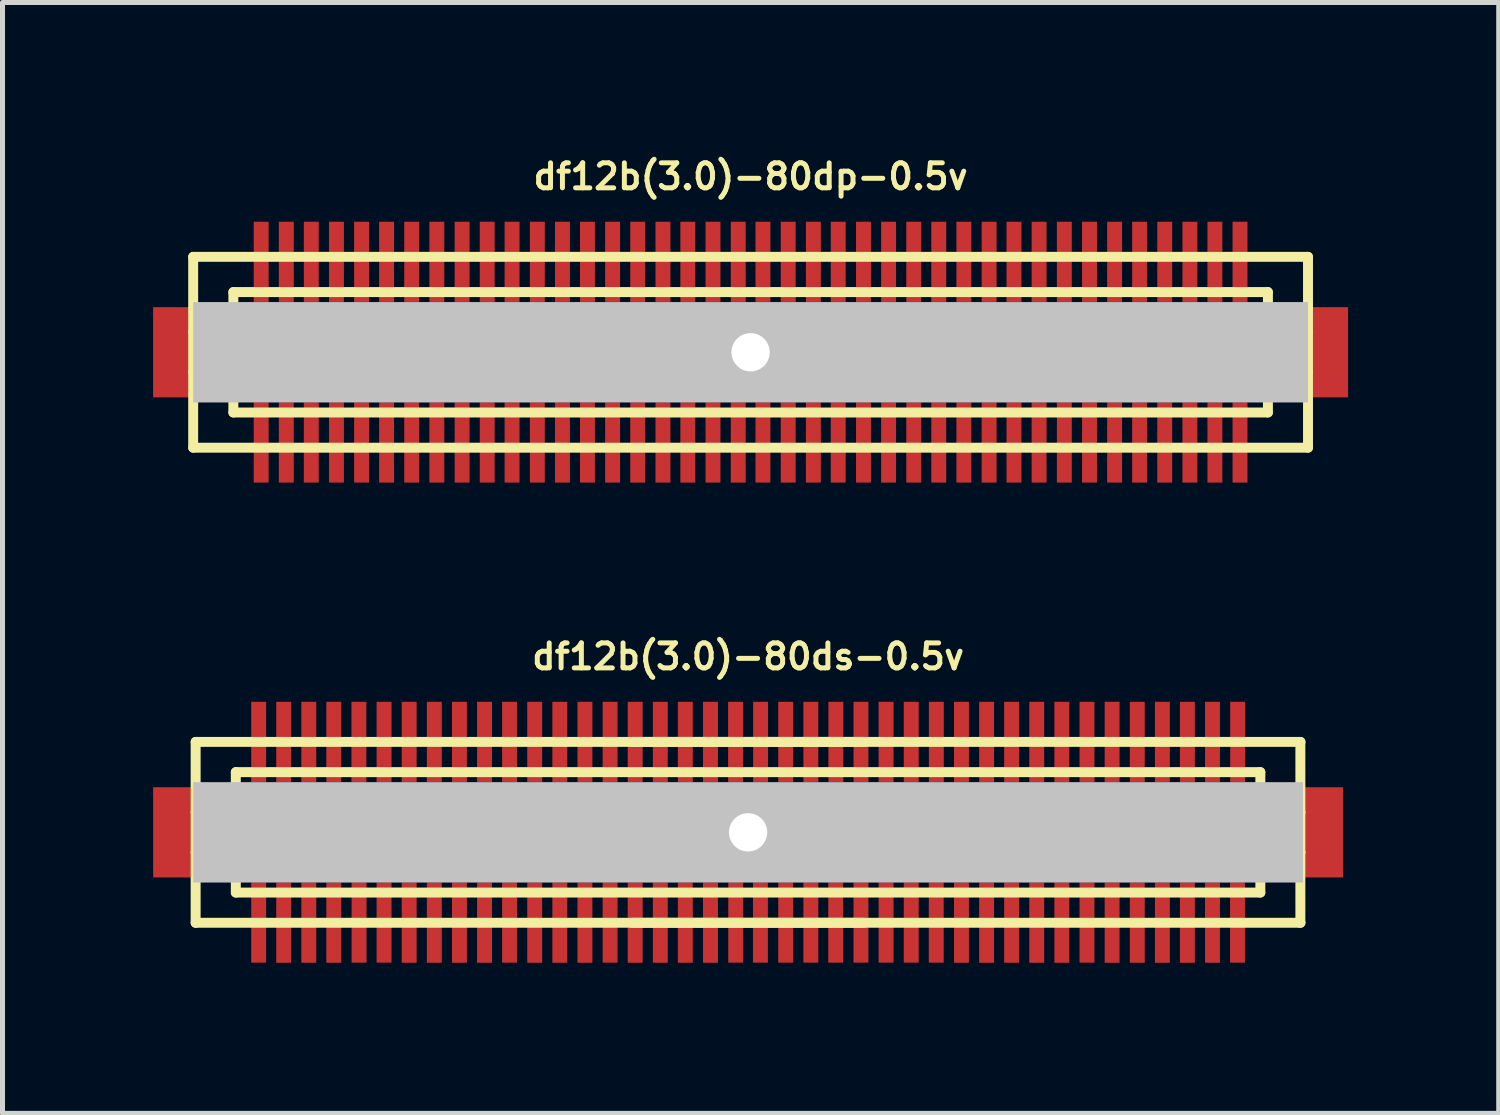
<source format=kicad_pcb>
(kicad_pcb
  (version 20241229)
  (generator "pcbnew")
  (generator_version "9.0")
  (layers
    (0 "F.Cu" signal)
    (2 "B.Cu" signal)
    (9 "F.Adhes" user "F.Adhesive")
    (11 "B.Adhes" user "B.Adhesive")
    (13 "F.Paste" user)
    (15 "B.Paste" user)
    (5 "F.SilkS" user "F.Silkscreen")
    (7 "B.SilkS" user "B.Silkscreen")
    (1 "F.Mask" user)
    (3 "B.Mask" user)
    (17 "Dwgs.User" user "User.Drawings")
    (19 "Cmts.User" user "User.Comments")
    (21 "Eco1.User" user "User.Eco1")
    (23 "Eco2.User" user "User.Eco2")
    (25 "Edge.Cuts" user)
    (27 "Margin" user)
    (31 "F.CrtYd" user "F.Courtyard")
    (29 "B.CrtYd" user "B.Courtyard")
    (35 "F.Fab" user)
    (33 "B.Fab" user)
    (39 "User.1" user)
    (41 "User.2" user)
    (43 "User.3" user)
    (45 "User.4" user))
  (footprint "df12b(3.0)-80dp-0.5v"
    (layer "F.Cu")
    (at 11.897 3.965)
    (property "Reference" "df12b(3.0)-80dp-0.5v" (at 0 -3.5 0) (layer "F.SilkS") (effects (font (size 0.498 0.498) (thickness 0.099))))
    (attr through_hole)
    (fp_line (start -11.1 -1.9) (end -11.1 1.9) (stroke (width 0.198) (type solid)) (layer "F.SilkS"))
    (fp_line (start -11.1 -1.9) (end 11.1 -1.9) (stroke (width 0.198) (type solid)) (layer "F.SilkS"))
    (fp_line (start -10.3 -0.399) (end -11.1 -0.399) (stroke (width 0.198) (type solid)) (layer "F.SilkS"))
    (fp_line (start -10.3 0.399) (end -11.1 0.399) (stroke (width 0.198) (type solid)) (layer "F.SilkS"))
    (fp_line (start -10.3 1.199) (end -10.3 -1.199) (stroke (width 0.198) (type solid)) (layer "F.SilkS"))
    (fp_line (start -10.3 1.199) (end 10.3 1.199) (stroke (width 0.198) (type solid)) (layer "F.SilkS"))
    (fp_line (start 10.3 -1.199) (end -10.3 -1.199) (stroke (width 0.198) (type solid)) (layer "F.SilkS"))
    (fp_line (start 10.302 -1.199) (end 10.302 1.199) (stroke (width 0.198) (type solid)) (layer "F.SilkS"))
    (fp_line (start 10.302 -0.399) (end 11.102 -0.399) (stroke (width 0.198) (type solid)) (layer "F.SilkS"))
    (fp_line (start 11.1 1.9) (end -11.1 1.9) (stroke (width 0.198) (type solid)) (layer "F.SilkS"))
    (fp_line (start 11.1 1.9) (end 11.1 -1.9) (stroke (width 0.198) (type solid)) (layer "F.SilkS"))
    (fp_line (start 11.102 0.399) (end 10.302 0.399) (stroke (width 0.198) (type solid)) (layer "F.SilkS"))
    (pad "" smd rect (at -11.499 0) (size 0.798 1.796) (layers "F.Cu" "F.Mask" "F.Paste"))
    (pad "" np_thru_hole rect (at 0 0) (size 22.2 1.999) (drill 0.762) (layers "Dwgs.User"))
    (pad "" smd rect (at 11.499 0) (size 0.798 1.796) (layers "F.Cu" "F.Mask" "F.Paste"))
    (pad "1" smd rect (at 9.746 1.796) (size 0.297 1.598) (layers "F.Cu" "F.Mask" "F.Paste"))
    (pad "2" smd rect (at 9.246 1.796) (size 0.297 1.598) (layers "F.Cu" "F.Mask" "F.Paste"))
    (pad "3" smd rect (at 8.748 1.796) (size 0.297 1.598) (layers "F.Cu" "F.Mask" "F.Paste"))
    (pad "4" smd rect (at 8.247 1.796) (size 0.297 1.598) (layers "F.Cu" "F.Mask" "F.Paste"))
    (pad "5" smd rect (at 7.747 1.796) (size 0.297 1.598) (layers "F.Cu" "F.Mask" "F.Paste"))
    (pad "6" smd rect (at 7.249 1.796) (size 0.297 1.598) (layers "F.Cu" "F.Mask" "F.Paste"))
    (pad "7" smd rect (at 6.749 1.796) (size 0.297 1.598) (layers "F.Cu" "F.Mask" "F.Paste"))
    (pad "8" smd rect (at 6.248 1.796) (size 0.297 1.598) (layers "F.Cu" "F.Mask" "F.Paste"))
    (pad "9" smd rect (at 5.745 1.796) (size 0.297 1.598) (layers "F.Cu" "F.Mask" "F.Paste"))
    (pad "10" smd rect (at 5.245 1.796) (size 0.297 1.598) (layers "F.Cu" "F.Mask" "F.Paste"))
    (pad "11" smd rect (at 4.75 1.796) (size 0.297 1.598) (layers "F.Cu" "F.Mask" "F.Paste"))
    (pad "12" smd rect (at 4.247 1.796) (size 0.297 1.598) (layers "F.Cu" "F.Mask" "F.Paste"))
    (pad "13" smd rect (at 3.747 1.796) (size 0.297 1.598) (layers "F.Cu" "F.Mask" "F.Paste"))
    (pad "14" smd rect (at 3.249 1.796) (size 0.297 1.598) (layers "F.Cu" "F.Mask" "F.Paste"))
    (pad "15" smd rect (at 2.748 1.796) (size 0.297 1.598) (layers "F.Cu" "F.Mask" "F.Paste"))
    (pad "16" smd rect (at 2.248 1.796) (size 0.297 1.598) (layers "F.Cu" "F.Mask" "F.Paste"))
    (pad "17" smd rect (at 1.745 1.796) (size 0.297 1.598) (layers "F.Cu" "F.Mask" "F.Paste"))
    (pad "18" smd rect (at 1.25 1.796) (size 0.297 1.598) (layers "F.Cu" "F.Mask" "F.Paste"))
    (pad "19" smd rect (at 0.749 1.796) (size 0.297 1.598) (layers "F.Cu" "F.Mask" "F.Paste"))
    (pad "20" smd rect (at 0.246 1.796) (size 0.297 1.598) (layers "F.Cu" "F.Mask" "F.Paste"))
    (pad "21" smd rect (at -0.246 1.796) (size 0.297 1.598) (layers "F.Cu" "F.Mask" "F.Paste"))
    (pad "22" smd rect (at -0.749 1.796) (size 0.297 1.598) (layers "F.Cu" "F.Mask" "F.Paste"))
    (pad "23" smd rect (at -1.25 1.796) (size 0.297 1.598) (layers "F.Cu" "F.Mask" "F.Paste"))
    (pad "24" smd rect (at -1.745 1.796) (size 0.297 1.598) (layers "F.Cu" "F.Mask" "F.Paste"))
    (pad "25" smd rect (at -2.248 1.796) (size 0.297 1.598) (layers "F.Cu" "F.Mask" "F.Paste"))
    (pad "26" smd rect (at -2.748 1.796) (size 0.297 1.598) (layers "F.Cu" "F.Mask" "F.Paste"))
    (pad "27" smd rect (at -3.249 1.796) (size 0.297 1.598) (layers "F.Cu" "F.Mask" "F.Paste"))
    (pad "28" smd rect (at -3.747 1.796) (size 0.297 1.598) (layers "F.Cu" "F.Mask" "F.Paste"))
    (pad "29" smd rect (at -4.247 1.796) (size 0.297 1.598) (layers "F.Cu" "F.Mask" "F.Paste"))
    (pad "30" smd rect (at -4.75 1.796) (size 0.297 1.598) (layers "F.Cu" "F.Mask" "F.Paste"))
    (pad "31" smd rect (at -5.245 1.796) (size 0.297 1.598) (layers "F.Cu" "F.Mask" "F.Paste"))
    (pad "32" smd rect (at -5.745 1.796) (size 0.297 1.598) (layers "F.Cu" "F.Mask" "F.Paste"))
    (pad "33" smd rect (at -6.248 1.796) (size 0.297 1.598) (layers "F.Cu" "F.Mask" "F.Paste"))
    (pad "34" smd rect (at -6.749 1.796) (size 0.297 1.598) (layers "F.Cu" "F.Mask" "F.Paste"))
    (pad "35" smd rect (at -7.249 1.796) (size 0.297 1.598) (layers "F.Cu" "F.Mask" "F.Paste"))
    (pad "36" smd rect (at -7.747 1.796) (size 0.297 1.598) (layers "F.Cu" "F.Mask" "F.Paste"))
    (pad "37" smd rect (at -8.247 1.796) (size 0.297 1.598) (layers "F.Cu" "F.Mask" "F.Paste"))
    (pad "38" smd rect (at -8.748 1.796) (size 0.297 1.598) (layers "F.Cu" "F.Mask" "F.Paste"))
    (pad "39" smd rect (at -9.246 1.796) (size 0.297 1.598) (layers "F.Cu" "F.Mask" "F.Paste"))
    (pad "40" smd rect (at -9.746 1.796) (size 0.297 1.598) (layers "F.Cu" "F.Mask" "F.Paste"))
    (pad "41" smd rect (at -9.746 -1.801) (size 0.297 1.598) (layers "F.Cu" "F.Mask" "F.Paste"))
    (pad "42" smd rect (at -9.246 -1.801) (size 0.297 1.598) (layers "F.Cu" "F.Mask" "F.Paste"))
    (pad "43" smd rect (at -8.748 -1.801) (size 0.297 1.598) (layers "F.Cu" "F.Mask" "F.Paste"))
    (pad "44" smd rect (at -8.247 -1.801) (size 0.297 1.598) (layers "F.Cu" "F.Mask" "F.Paste"))
    (pad "45" smd rect (at -7.747 -1.801) (size 0.297 1.598) (layers "F.Cu" "F.Mask" "F.Paste"))
    (pad "46" smd rect (at -7.249 -1.801) (size 0.297 1.598) (layers "F.Cu" "F.Mask" "F.Paste"))
    (pad "47" smd rect (at -6.749 -1.801) (size 0.297 1.598) (layers "F.Cu" "F.Mask" "F.Paste"))
    (pad "48" smd rect (at -6.248 -1.801) (size 0.297 1.598) (layers "F.Cu" "F.Mask" "F.Paste"))
    (pad "49" smd rect (at -5.745 -1.801) (size 0.297 1.598) (layers "F.Cu" "F.Mask" "F.Paste"))
    (pad "50" smd rect (at -5.245 -1.801) (size 0.297 1.598) (layers "F.Cu" "F.Mask" "F.Paste"))
    (pad "51" smd rect (at -4.75 -1.801) (size 0.297 1.598) (layers "F.Cu" "F.Mask" "F.Paste"))
    (pad "52" smd rect (at -4.247 -1.801) (size 0.297 1.598) (layers "F.Cu" "F.Mask" "F.Paste"))
    (pad "53" smd rect (at -3.747 -1.801) (size 0.297 1.598) (layers "F.Cu" "F.Mask" "F.Paste"))
    (pad "54" smd rect (at -3.249 -1.801) (size 0.297 1.598) (layers "F.Cu" "F.Mask" "F.Paste"))
    (pad "55" smd rect (at -2.748 -1.801) (size 0.297 1.598) (layers "F.Cu" "F.Mask" "F.Paste"))
    (pad "56" smd rect (at -2.248 -1.801) (size 0.297 1.598) (layers "F.Cu" "F.Mask" "F.Paste"))
    (pad "57" smd rect (at -1.745 -1.801) (size 0.297 1.598) (layers "F.Cu" "F.Mask" "F.Paste"))
    (pad "58" smd rect (at -1.25 -1.801) (size 0.297 1.598) (layers "F.Cu" "F.Mask" "F.Paste"))
    (pad "59" smd rect (at -0.749 -1.801) (size 0.297 1.598) (layers "F.Cu" "F.Mask" "F.Paste"))
    (pad "60" smd rect (at -0.246 -1.801) (size 0.297 1.598) (layers "F.Cu" "F.Mask" "F.Paste"))
    (pad "61" smd rect (at 0.246 -1.801) (size 0.297 1.598) (layers "F.Cu" "F.Mask" "F.Paste"))
    (pad "62" smd rect (at 0.749 -1.801) (size 0.297 1.598) (layers "F.Cu" "F.Mask" "F.Paste"))
    (pad "63" smd rect (at 1.25 -1.801) (size 0.297 1.598) (layers "F.Cu" "F.Mask" "F.Paste"))
    (pad "64" smd rect (at 1.745 -1.801) (size 0.297 1.598) (layers "F.Cu" "F.Mask" "F.Paste"))
    (pad "65" smd rect (at 2.248 -1.801) (size 0.297 1.598) (layers "F.Cu" "F.Mask" "F.Paste"))
    (pad "66" smd rect (at 2.748 -1.801) (size 0.297 1.598) (layers "F.Cu" "F.Mask" "F.Paste"))
    (pad "67" smd rect (at 3.249 -1.801) (size 0.297 1.598) (layers "F.Cu" "F.Mask" "F.Paste"))
    (pad "68" smd rect (at 3.747 -1.801) (size 0.297 1.598) (layers "F.Cu" "F.Mask" "F.Paste"))
    (pad "69" smd rect (at 4.247 -1.801) (size 0.297 1.598) (layers "F.Cu" "F.Mask" "F.Paste"))
    (pad "70" smd rect (at 4.75 -1.801) (size 0.297 1.598) (layers "F.Cu" "F.Mask" "F.Paste"))
    (pad "71" smd rect (at 5.245 -1.801) (size 0.297 1.598) (layers "F.Cu" "F.Mask" "F.Paste"))
    (pad "72" smd rect (at 5.745 -1.801) (size 0.297 1.598) (layers "F.Cu" "F.Mask" "F.Paste"))
    (pad "73" smd rect (at 6.248 -1.801) (size 0.297 1.598) (layers "F.Cu" "F.Mask" "F.Paste"))
    (pad "74" smd rect (at 6.749 -1.801) (size 0.297 1.598) (layers "F.Cu" "F.Mask" "F.Paste"))
    (pad "75" smd rect (at 7.249 -1.801) (size 0.297 1.598) (layers "F.Cu" "F.Mask" "F.Paste"))
    (pad "76" smd rect (at 7.747 -1.801) (size 0.297 1.598) (layers "F.Cu" "F.Mask" "F.Paste"))
    (pad "77" smd rect (at 8.247 -1.801) (size 0.297 1.598) (layers "F.Cu" "F.Mask" "F.Paste"))
    (pad "78" smd rect (at 8.748 -1.801) (size 0.297 1.598) (layers "F.Cu" "F.Mask" "F.Paste"))
    (pad "79" smd rect (at 9.246 -1.801) (size 0.297 1.598) (layers "F.Cu" "F.Mask" "F.Paste"))
    (pad "80" smd rect (at 9.746 -1.801) (size 0.297 1.598) (layers "F.Cu" "F.Mask" "F.Paste")))
  (footprint "df12b(3.0)-80ds-0.5v"
    (layer "F.Cu")
    (at 11.847 13.525)
    (property "Reference" "df12b(3.0)-80ds-0.5v" (at 0 -3.5 0) (layer "F.SilkS") (effects (font (size 0.498 0.498) (thickness 0.099))))
    (attr through_hole)
    (fp_line (start -11.001 -1.801) (end 11.001 -1.801) (stroke (width 0.198) (type solid)) (layer "F.SilkS"))
    (fp_line (start -11.001 1.801) (end -11.001 -1.801) (stroke (width 0.198) (type solid)) (layer "F.SilkS"))
    (fp_line (start -10.201 -0.399) (end -11.001 -0.399) (stroke (width 0.198) (type solid)) (layer "F.SilkS"))
    (fp_line (start -10.201 0.399) (end -11.001 0.399) (stroke (width 0.198) (type solid)) (layer "F.SilkS"))
    (fp_line (start -10.201 0.701) (end 10.201 0.701) (stroke (width 0.198) (type solid)) (layer "F.SilkS"))
    (fp_line (start -10.201 1.199) (end -10.201 -1.199) (stroke (width 0.198) (type solid)) (layer "F.SilkS"))
    (fp_line (start -10.201 1.199) (end 10.201 1.199) (stroke (width 0.198) (type solid)) (layer "F.SilkS"))
    (fp_line (start -2.301 -1.801) (end 2.301 -1.801) (stroke (width 0.198) (type solid)) (layer "F.SilkS"))
    (fp_line (start 2.301 1.801) (end -2.301 1.801) (stroke (width 0.198) (type solid)) (layer "F.SilkS"))
    (fp_line (start 10.201 -1.199) (end -10.201 -1.199) (stroke (width 0.198) (type solid)) (layer "F.SilkS"))
    (fp_line (start 10.201 -1.199) (end 10.201 1.199) (stroke (width 0.198) (type solid)) (layer "F.SilkS"))
    (fp_line (start 10.201 -0.701) (end -10.201 -0.701) (stroke (width 0.198) (type solid)) (layer "F.SilkS"))
    (fp_line (start 10.201 -0.399) (end 11.001 -0.399) (stroke (width 0.198) (type solid)) (layer "F.SilkS"))
    (fp_line (start 10.998 -1.801) (end 10.998 1.801) (stroke (width 0.198) (type solid)) (layer "F.SilkS"))
    (fp_line (start 11.001 0.399) (end 10.201 0.399) (stroke (width 0.198) (type solid)) (layer "F.SilkS"))
    (fp_line (start 11.001 1.801) (end -11.001 1.801) (stroke (width 0.198) (type solid)) (layer "F.SilkS"))
    (pad "" smd rect (at -11.448 0) (size 0.798 1.796) (layers "F.Cu" "F.Mask" "F.Paste"))
    (pad "" np_thru_hole rect (at 0 0) (size 22.098 1.999) (drill 0.762) (layers "Dwgs.User"))
    (pad "" smd rect (at 11.448 0) (size 0.798 1.796) (layers "F.Cu" "F.Mask" "F.Paste"))
    (pad "1" smd rect (at -9.746 1.796) (size 0.297 1.598) (layers "F.Cu" "F.Mask" "F.Paste"))
    (pad "2" smd rect (at -9.248 1.798) (size 0.297 1.598) (layers "F.Cu" "F.Mask" "F.Paste"))
    (pad "3" smd rect (at -8.748 1.798) (size 0.297 1.598) (layers "F.Cu" "F.Mask" "F.Paste"))
    (pad "4" smd rect (at -8.25 1.798) (size 0.297 1.598) (layers "F.Cu" "F.Mask" "F.Paste"))
    (pad "5" smd rect (at -7.747 1.796) (size 0.297 1.598) (layers "F.Cu" "F.Mask" "F.Paste"))
    (pad "6" smd rect (at -7.249 1.796) (size 0.297 1.598) (layers "F.Cu" "F.Mask" "F.Paste"))
    (pad "7" smd rect (at -6.749 1.798) (size 0.297 1.598) (layers "F.Cu" "F.Mask" "F.Paste"))
    (pad "8" smd rect (at -6.248 1.798) (size 0.297 1.598) (layers "F.Cu" "F.Mask" "F.Paste"))
    (pad "9" smd rect (at -5.748 1.798) (size 0.297 1.598) (layers "F.Cu" "F.Mask" "F.Paste"))
    (pad "10" smd rect (at -5.248 1.798) (size 0.297 1.598) (layers "F.Cu" "F.Mask" "F.Paste"))
    (pad "11" smd rect (at -4.75 1.796) (size 0.297 1.598) (layers "F.Cu" "F.Mask" "F.Paste"))
    (pad "12" smd rect (at -4.249 1.798) (size 0.297 1.598) (layers "F.Cu" "F.Mask" "F.Paste"))
    (pad "13" smd rect (at -3.749 1.798) (size 0.297 1.598) (layers "F.Cu" "F.Mask" "F.Paste"))
    (pad "14" smd rect (at -3.249 1.798) (size 0.297 1.598) (layers "F.Cu" "F.Mask" "F.Paste"))
    (pad "15" smd rect (at -2.748 1.796) (size 0.297 1.598) (layers "F.Cu" "F.Mask" "F.Paste"))
    (pad "16" smd rect (at -2.248 1.798) (size 0.297 1.598) (layers "F.Cu" "F.Mask" "F.Paste"))
    (pad "17" smd rect (at -1.748 1.798) (size 0.297 1.598) (layers "F.Cu" "F.Mask" "F.Paste"))
    (pad "18" smd rect (at -1.25 1.798) (size 0.297 1.598) (layers "F.Cu" "F.Mask" "F.Paste"))
    (pad "19" smd rect (at -0.749 1.798) (size 0.297 1.598) (layers "F.Cu" "F.Mask" "F.Paste"))
    (pad "20" smd rect (at -0.246 1.796) (size 0.297 1.598) (layers "F.Cu" "F.Mask" "F.Paste"))
    (pad "21" smd rect (at 0.246 1.796) (size 0.297 1.598) (layers "F.Cu" "F.Mask" "F.Paste"))
    (pad "22" smd rect (at 0.749 1.796) (size 0.297 1.598) (layers "F.Cu" "F.Mask" "F.Paste"))
    (pad "23" smd rect (at 1.25 1.796) (size 0.297 1.598) (layers "F.Cu" "F.Mask" "F.Paste"))
    (pad "24" smd rect (at 1.745 1.796) (size 0.297 1.598) (layers "F.Cu" "F.Mask" "F.Paste"))
    (pad "25" smd rect (at 2.248 1.796) (size 0.297 1.598) (layers "F.Cu" "F.Mask" "F.Paste"))
    (pad "26" smd rect (at 2.748 1.796) (size 0.297 1.598) (layers "F.Cu" "F.Mask" "F.Paste"))
    (pad "27" smd rect (at 3.249 1.796) (size 0.297 1.598) (layers "F.Cu" "F.Mask" "F.Paste"))
    (pad "28" smd rect (at 3.747 1.796) (size 0.297 1.598) (layers "F.Cu" "F.Mask" "F.Paste"))
    (pad "29" smd rect (at 4.249 1.798) (size 0.297 1.598) (layers "F.Cu" "F.Mask" "F.Paste"))
    (pad "30" smd rect (at 4.75 1.798) (size 0.297 1.598) (layers "F.Cu" "F.Mask" "F.Paste"))
    (pad "31" smd rect (at 5.248 1.798) (size 0.297 1.598) (layers "F.Cu" "F.Mask" "F.Paste"))
    (pad "32" smd rect (at 5.748 1.798) (size 0.297 1.598) (layers "F.Cu" "F.Mask" "F.Paste"))
    (pad "33" smd rect (at 6.248 1.798) (size 0.297 1.598) (layers "F.Cu" "F.Mask" "F.Paste"))
    (pad "34" smd rect (at 6.749 1.796) (size 0.297 1.598) (layers "F.Cu" "F.Mask" "F.Paste"))
    (pad "35" smd rect (at 7.249 1.798) (size 0.297 1.598) (layers "F.Cu" "F.Mask" "F.Paste"))
    (pad "36" smd rect (at 7.75 1.798) (size 0.297 1.598) (layers "F.Cu" "F.Mask" "F.Paste"))
    (pad "37" smd rect (at 8.25 1.798) (size 0.297 1.598) (layers "F.Cu" "F.Mask" "F.Paste"))
    (pad "38" smd rect (at 8.748 1.798) (size 0.297 1.598) (layers "F.Cu" "F.Mask" "F.Paste"))
    (pad "39" smd rect (at 9.248 1.798) (size 0.297 1.598) (layers "F.Cu" "F.Mask" "F.Paste"))
    (pad "40" smd rect (at 9.746 1.796) (size 0.297 1.598) (layers "F.Cu" "F.Mask" "F.Paste"))
    (pad "41" smd rect (at 9.749 -1.801) (size 0.297 1.598) (layers "F.Cu" "F.Mask" "F.Paste"))
    (pad "42" smd rect (at 9.248 -1.801) (size 0.297 1.598) (layers "F.Cu" "F.Mask" "F.Paste"))
    (pad "43" smd rect (at 8.748 -1.801) (size 0.297 1.598) (layers "F.Cu" "F.Mask" "F.Paste"))
    (pad "44" smd rect (at 8.25 -1.801) (size 0.297 1.598) (layers "F.Cu" "F.Mask" "F.Paste"))
    (pad "45" smd rect (at 7.75 -1.801) (size 0.297 1.598) (layers "F.Cu" "F.Mask" "F.Paste"))
    (pad "46" smd rect (at 7.249 -1.801) (size 0.297 1.598) (layers "F.Cu" "F.Mask" "F.Paste"))
    (pad "47" smd rect (at 6.749 -1.801) (size 0.297 1.598) (layers "F.Cu" "F.Mask" "F.Paste"))
    (pad "48" smd rect (at 6.248 -1.801) (size 0.297 1.598) (layers "F.Cu" "F.Mask" "F.Paste"))
    (pad "49" smd rect (at 5.748 -1.801) (size 0.297 1.598) (layers "F.Cu" "F.Mask" "F.Paste"))
    (pad "50" smd rect (at 5.248 -1.801) (size 0.297 1.598) (layers "F.Cu" "F.Mask" "F.Paste"))
    (pad "51" smd rect (at 4.75 -1.801) (size 0.297 1.598) (layers "F.Cu" "F.Mask" "F.Paste"))
    (pad "52" smd rect (at 4.249 -1.801) (size 0.297 1.598) (layers "F.Cu" "F.Mask" "F.Paste"))
    (pad "53" smd rect (at 3.749 -1.801) (size 0.297 1.598) (layers "F.Cu" "F.Mask" "F.Paste"))
    (pad "54" smd rect (at 3.249 -1.801) (size 0.297 1.598) (layers "F.Cu" "F.Mask" "F.Paste"))
    (pad "55" smd rect (at 2.748 -1.801) (size 0.297 1.598) (layers "F.Cu" "F.Mask" "F.Paste"))
    (pad "56" smd rect (at 2.248 -1.801) (size 0.297 1.598) (layers "F.Cu" "F.Mask" "F.Paste"))
    (pad "57" smd rect (at 1.748 -1.801) (size 0.297 1.598) (layers "F.Cu" "F.Mask" "F.Paste"))
    (pad "58" smd rect (at 1.25 -1.801) (size 0.297 1.598) (layers "F.Cu" "F.Mask" "F.Paste"))
    (pad "59" smd rect (at 0.749 -1.801) (size 0.297 1.598) (layers "F.Cu" "F.Mask" "F.Paste"))
    (pad "60" smd rect (at 0.249 -1.801) (size 0.297 1.598) (layers "F.Cu" "F.Mask" "F.Paste"))
    (pad "61" smd rect (at -0.249 -1.801) (size 0.297 1.598) (layers "F.Cu" "F.Mask" "F.Paste"))
    (pad "62" smd rect (at -0.749 -1.801) (size 0.297 1.598) (layers "F.Cu" "F.Mask" "F.Paste"))
    (pad "63" smd rect (at -1.25 -1.801) (size 0.297 1.598) (layers "F.Cu" "F.Mask" "F.Paste"))
    (pad "64" smd rect (at -1.748 -1.801) (size 0.297 1.598) (layers "F.Cu" "F.Mask" "F.Paste"))
    (pad "65" smd rect (at -2.248 -1.801) (size 0.297 1.598) (layers "F.Cu" "F.Mask" "F.Paste"))
    (pad "66" smd rect (at -2.748 -1.801) (size 0.297 1.598) (layers "F.Cu" "F.Mask" "F.Paste"))
    (pad "67" smd rect (at -3.249 -1.801) (size 0.297 1.598) (layers "F.Cu" "F.Mask" "F.Paste"))
    (pad "68" smd rect (at -3.749 -1.801) (size 0.297 1.598) (layers "F.Cu" "F.Mask" "F.Paste"))
    (pad "69" smd rect (at -4.249 -1.801) (size 0.297 1.598) (layers "F.Cu" "F.Mask" "F.Paste"))
    (pad "70" smd rect (at -4.75 -1.801) (size 0.297 1.598) (layers "F.Cu" "F.Mask" "F.Paste"))
    (pad "71" smd rect (at -5.248 -1.801) (size 0.297 1.598) (layers "F.Cu" "F.Mask" "F.Paste"))
    (pad "72" smd rect (at -5.748 -1.801) (size 0.297 1.598) (layers "F.Cu" "F.Mask" "F.Paste"))
    (pad "73" smd rect (at -6.248 -1.801) (size 0.297 1.598) (layers "F.Cu" "F.Mask" "F.Paste"))
    (pad "74" smd rect (at -6.749 -1.801) (size 0.297 1.598) (layers "F.Cu" "F.Mask" "F.Paste"))
    (pad "75" smd rect (at -7.249 -1.801) (size 0.297 1.598) (layers "F.Cu" "F.Mask" "F.Paste"))
    (pad "76" smd rect (at -7.75 -1.801) (size 0.297 1.598) (layers "F.Cu" "F.Mask" "F.Paste"))
    (pad "77" smd rect (at -8.25 -1.801) (size 0.297 1.598) (layers "F.Cu" "F.Mask" "F.Paste"))
    (pad "78" smd rect (at -8.748 -1.801) (size 0.297 1.598) (layers "F.Cu" "F.Mask" "F.Paste"))
    (pad "79" smd rect (at -9.248 -1.801) (size 0.297 1.598) (layers "F.Cu" "F.Mask" "F.Paste"))
    (pad "80" smd rect (at -9.746 -1.801) (size 0.297 1.598) (layers "F.Cu" "F.Mask" "F.Paste")))
  (gr_rect
    (start -3 -3)
    (end 26.795 19.122)
    (stroke (width 0.1) (type default))
    (fill no)
    (layer "Edge.Cuts")))
</source>
